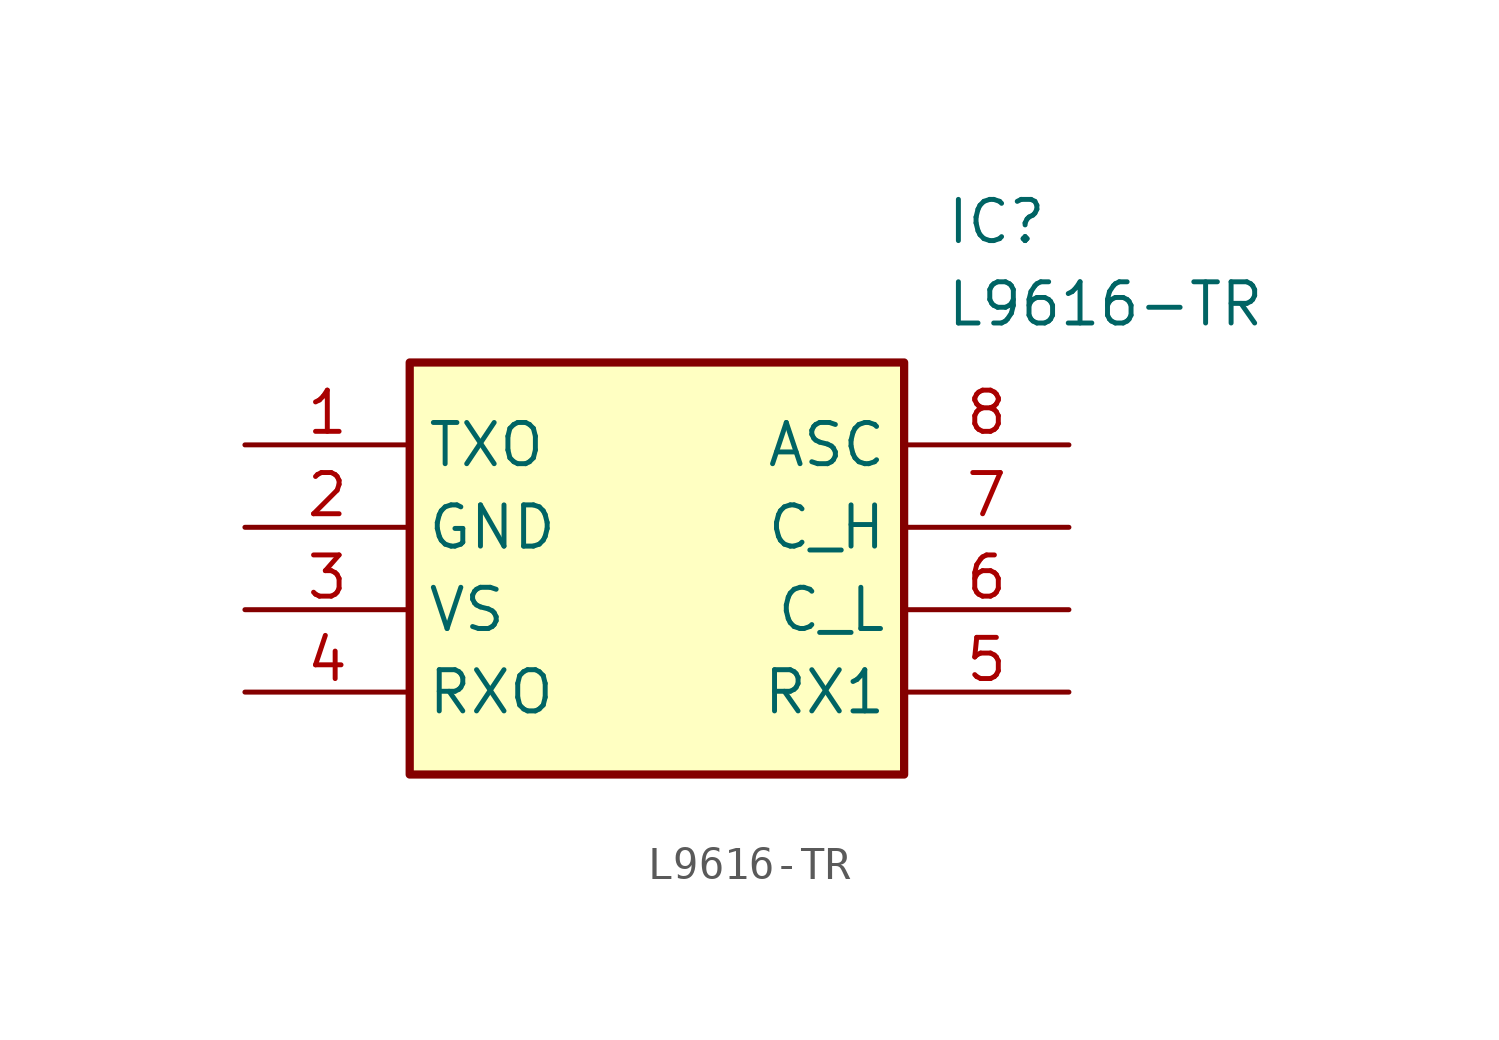
<source format=kicad_sym>
(kicad_symbol_lib
  (version 20211014)
  (generator SamacSys_ECAD_Model)
  (symbol "L9616-TR"
    (property "Reference" "IC"
      (at 21.59 7.62 0)
      (effects (font (size 1.27 1.27)) (justify left top)))
    (property "Value" "L9616-TR"
      (at 21.59 5.08 0)
      (effects (font (size 1.27 1.27)) (justify left top)))
    (rectangle
      (start 5.08 2.54)
      (end 20.32 -10.16)
      (stroke (width 0.254) (type default))
      (fill (type background)))
    (pin passive line
      (at 0 0 0)
      (length 5.08)
      (name "TXO" (effects (font (size 1.27 1.27))))
      (number "1" (effects (font (size 1.27 1.27)))))
    (pin passive line
      (at 0 -2.54 0)
      (length 5.08)
      (name "GND" (effects (font (size 1.27 1.27))))
      (number "2" (effects (font (size 1.27 1.27)))))
    (pin passive line
      (at 0 -5.08 0)
      (length 5.08)
      (name "VS" (effects (font (size 1.27 1.27))))
      (number "3" (effects (font (size 1.27 1.27)))))
    (pin passive line
      (at 0 -7.62 0)
      (length 5.08)
      (name "RXO" (effects (font (size 1.27 1.27))))
      (number "4" (effects (font (size 1.27 1.27)))))
    (pin passive line
      (at 25.4 0 180)
      (length 5.08)
      (name "ASC" (effects (font (size 1.27 1.27))))
      (number "8" (effects (font (size 1.27 1.27)))))
    (pin passive line
      (at 25.4 -2.54 180)
      (length 5.08)
      (name "C_H" (effects (font (size 1.27 1.27))))
      (number "7" (effects (font (size 1.27 1.27)))))
    (pin passive line
      (at 25.4 -5.08 180)
      (length 5.08)
      (name "C_L" (effects (font (size 1.27 1.27))))
      (number "6" (effects (font (size 1.27 1.27)))))
    (pin passive line
      (at 25.4 -7.62 180)
      (length 5.08)
      (name "RX1" (effects (font (size 1.27 1.27))))
      (number "5" (effects (font (size 1.27 1.27)))))))
</source>
